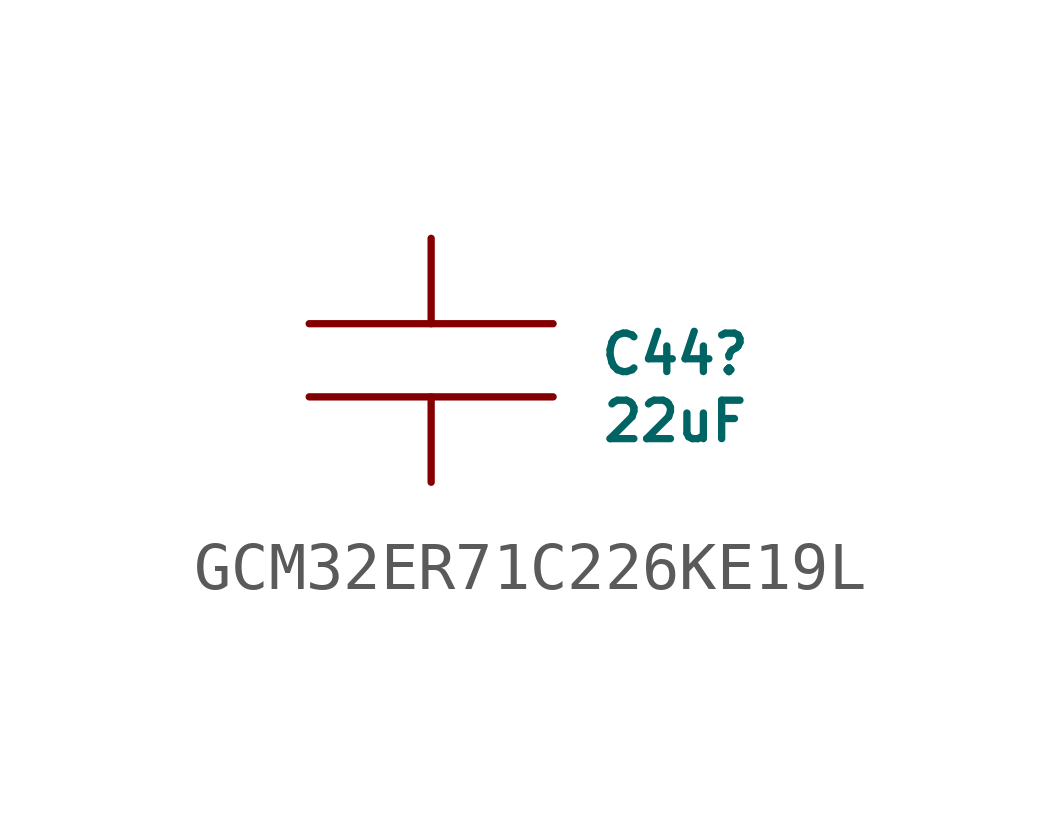
<source format=kicad_sym>
(kicad_symbol_lib
  (version 20220914)
  (generator kicad_symbol_editor)
  (symbol "GCM32ER71C226KE19L"
    (pin_numbers hide)
    (pin_names
      (offset 1.016) hide)
    (property "Reference" "C44"
      (at 5.08 -2.413 0)
      (do_not_autoplace)
      (effects (font (size 0.8 0.8))))
    (property "Value" "22uF"
      (at 5.08 -3.81 0)
      (do_not_autoplace)
      (effects (font (size 0.8 0.8))))
    (symbol "GCM32ER71C226KE19L_1_1"
      (polyline (pts (xy 2.54 -3.302) (xy -2.54 -3.302)) (stroke (width 0) (type solid)) (fill (type none)))
      (polyline (pts (xy 2.54 -1.778) (xy -2.54 -1.778)) (stroke (width 0) (type solid)) (fill (type none)))
      (pin passive line (at 0 -5.08 90) (length 1.778) (name "1" (effects (font (size 0 0)))) (number "1" (effects (font (size 1.016 1.016)))))
      (pin passive line (at 0 0 270) (length 1.778) (name "2" (effects (font (size 0 0)))) (number "2" (effects (font (size 1.016 1.016))))))))
</source>
